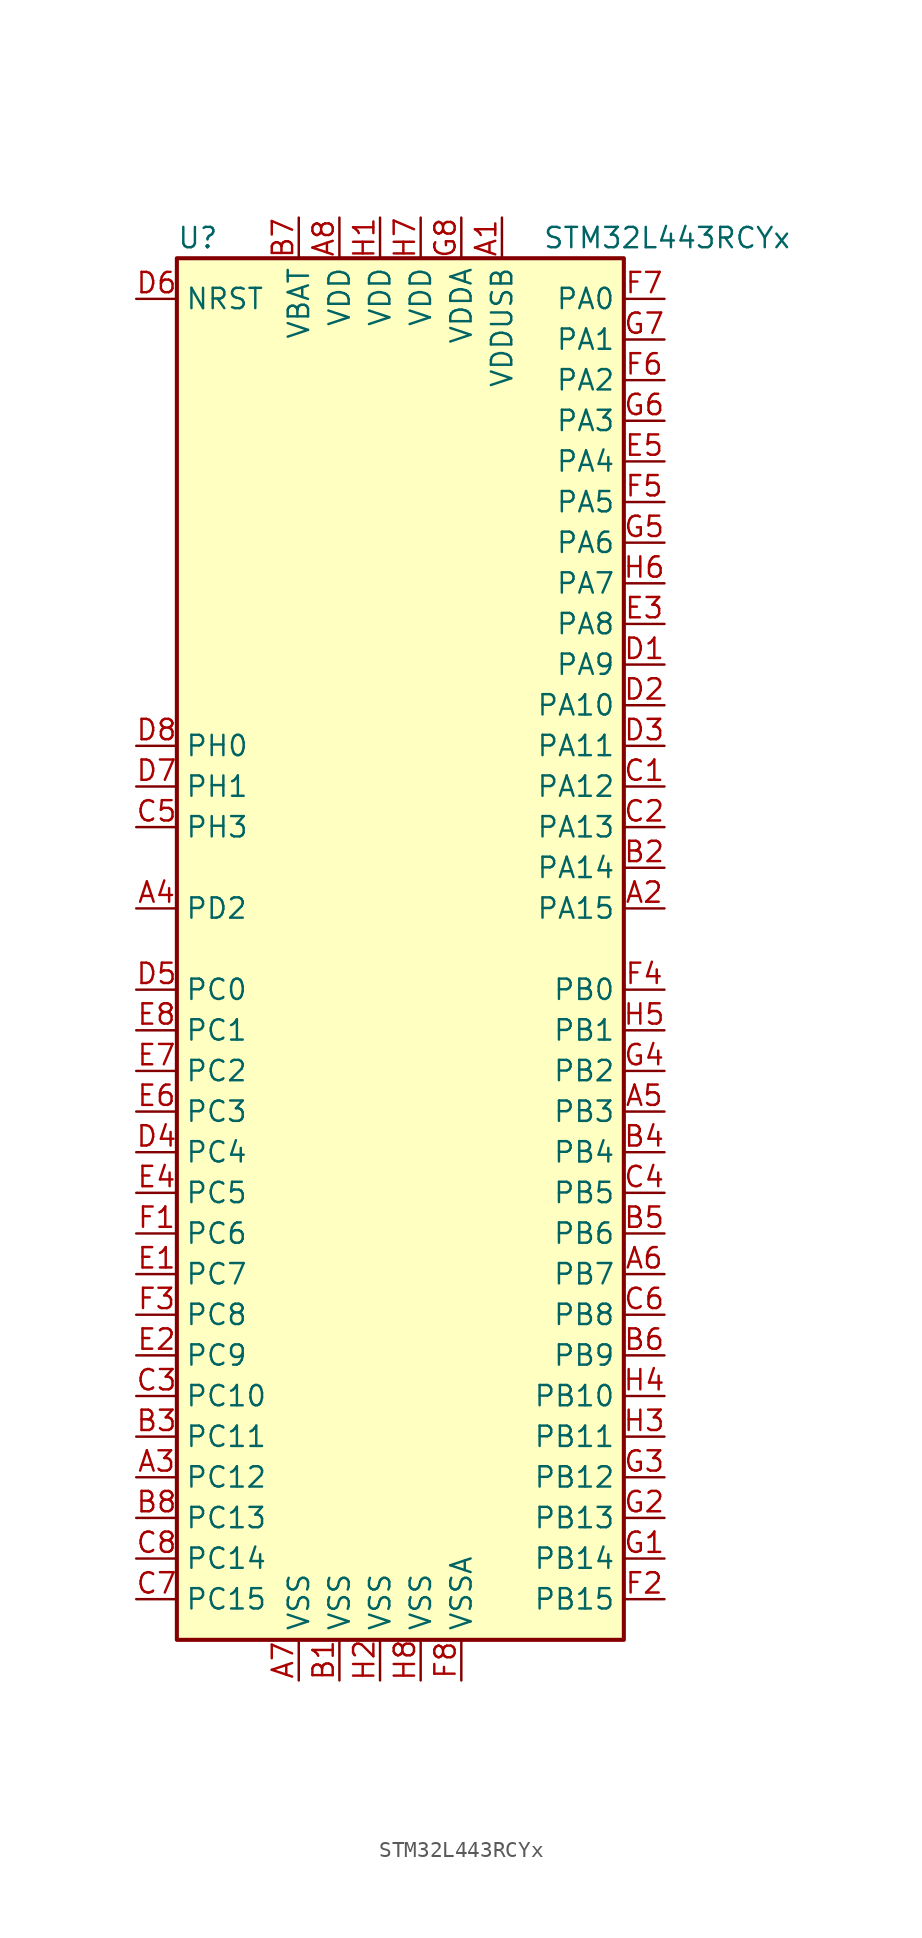
<source format=kicad_sym>
(kicad_symbol_lib
  (version 20201005)
  (generator kicad_symbol_editor)
  (symbol "MCU_ST_STM32L4:STM32L443RCYx"
    (property "Reference" "U"
      (at -15.24 44.45 0)
      (effects (font (size 1.27 1.27)) (justify left)))
    (property "Value" "STM32L443RCYx"
      (at 7.62 44.45 0)
      (effects (font (size 1.27 1.27)) (justify left)))
    (symbol "STM32L443RCYx_0_1"
      (rectangle (start -15.24 -43.18) (end 12.7 43.18) (stroke (width 0.254)) (fill (type background))))
    (symbol "STM32L443RCYx_1_1"
      (pin power_in line (at 5.08 45.72 270) (length 2.54) (name "VDDUSB" (effects (font (size 1.27 1.27)))) (number "A1" (effects (font (size 1.27 1.27)))))
      (pin bidirectional line (at 15.24 2.54 180) (length 2.54) (name "PA15" (effects (font (size 1.27 1.27)))) (number "A2" (effects (font (size 1.27 1.27)))))
      (pin bidirectional line (at -17.78 -33.02 0) (length 2.54) (name "PC12" (effects (font (size 1.27 1.27)))) (number "A3" (effects (font (size 1.27 1.27)))))
      (pin bidirectional line (at -17.78 2.54 0) (length 2.54) (name "PD2" (effects (font (size 1.27 1.27)))) (number "A4" (effects (font (size 1.27 1.27)))))
      (pin bidirectional line (at 15.24 -10.16 180) (length 2.54) (name "PB3" (effects (font (size 1.27 1.27)))) (number "A5" (effects (font (size 1.27 1.27)))))
      (pin bidirectional line (at 15.24 -20.32 180) (length 2.54) (name "PB7" (effects (font (size 1.27 1.27)))) (number "A6" (effects (font (size 1.27 1.27)))))
      (pin power_in line (at -7.62 -45.72 90) (length 2.54) (name "VSS" (effects (font (size 1.27 1.27)))) (number "A7" (effects (font (size 1.27 1.27)))))
      (pin power_in line (at -5.08 45.72 270) (length 2.54) (name "VDD" (effects (font (size 1.27 1.27)))) (number "A8" (effects (font (size 1.27 1.27)))))
      (pin power_in line (at -5.08 -45.72 90) (length 2.54) (name "VSS" (effects (font (size 1.27 1.27)))) (number "B1" (effects (font (size 1.27 1.27)))))
      (pin bidirectional line (at 15.24 5.08 180) (length 2.54) (name "PA14" (effects (font (size 1.27 1.27)))) (number "B2" (effects (font (size 1.27 1.27)))))
      (pin bidirectional line (at -17.78 -30.48 0) (length 2.54) (name "PC11" (effects (font (size 1.27 1.27)))) (number "B3" (effects (font (size 1.27 1.27)))))
      (pin bidirectional line (at 15.24 -12.7 180) (length 2.54) (name "PB4" (effects (font (size 1.27 1.27)))) (number "B4" (effects (font (size 1.27 1.27)))))
      (pin bidirectional line (at 15.24 -17.78 180) (length 2.54) (name "PB6" (effects (font (size 1.27 1.27)))) (number "B5" (effects (font (size 1.27 1.27)))))
      (pin bidirectional line (at 15.24 -25.4 180) (length 2.54) (name "PB9" (effects (font (size 1.27 1.27)))) (number "B6" (effects (font (size 1.27 1.27)))))
      (pin power_in line (at -7.62 45.72 270) (length 2.54) (name "VBAT" (effects (font (size 1.27 1.27)))) (number "B7" (effects (font (size 1.27 1.27)))))
      (pin bidirectional line (at -17.78 -35.56 0) (length 2.54) (name "PC13" (effects (font (size 1.27 1.27)))) (number "B8" (effects (font (size 1.27 1.27)))))
      (pin bidirectional line (at 15.24 10.16 180) (length 2.54) (name "PA12" (effects (font (size 1.27 1.27)))) (number "C1" (effects (font (size 1.27 1.27)))))
      (pin bidirectional line (at 15.24 7.62 180) (length 2.54) (name "PA13" (effects (font (size 1.27 1.27)))) (number "C2" (effects (font (size 1.27 1.27)))))
      (pin bidirectional line (at -17.78 -27.94 0) (length 2.54) (name "PC10" (effects (font (size 1.27 1.27)))) (number "C3" (effects (font (size 1.27 1.27)))))
      (pin bidirectional line (at 15.24 -15.24 180) (length 2.54) (name "PB5" (effects (font (size 1.27 1.27)))) (number "C4" (effects (font (size 1.27 1.27)))))
      (pin bidirectional line (at -17.78 7.62 0) (length 2.54) (name "PH3" (effects (font (size 1.27 1.27)))) (number "C5" (effects (font (size 1.27 1.27)))))
      (pin bidirectional line (at 15.24 -22.86 180) (length 2.54) (name "PB8" (effects (font (size 1.27 1.27)))) (number "C6" (effects (font (size 1.27 1.27)))))
      (pin bidirectional line (at -17.78 -40.64 0) (length 2.54) (name "PC15" (effects (font (size 1.27 1.27)))) (number "C7" (effects (font (size 1.27 1.27)))))
      (pin bidirectional line (at -17.78 -38.1 0) (length 2.54) (name "PC14" (effects (font (size 1.27 1.27)))) (number "C8" (effects (font (size 1.27 1.27)))))
      (pin bidirectional line (at 15.24 17.78 180) (length 2.54) (name "PA9" (effects (font (size 1.27 1.27)))) (number "D1" (effects (font (size 1.27 1.27)))))
      (pin bidirectional line (at 15.24 15.24 180) (length 2.54) (name "PA10" (effects (font (size 1.27 1.27)))) (number "D2" (effects (font (size 1.27 1.27)))))
      (pin bidirectional line (at 15.24 12.7 180) (length 2.54) (name "PA11" (effects (font (size 1.27 1.27)))) (number "D3" (effects (font (size 1.27 1.27)))))
      (pin bidirectional line (at -17.78 -12.7 0) (length 2.54) (name "PC4" (effects (font (size 1.27 1.27)))) (number "D4" (effects (font (size 1.27 1.27)))))
      (pin bidirectional line (at -17.78 -2.54 0) (length 2.54) (name "PC0" (effects (font (size 1.27 1.27)))) (number "D5" (effects (font (size 1.27 1.27)))))
      (pin input line (at -17.78 40.64 0) (length 2.54) (name "NRST" (effects (font (size 1.27 1.27)))) (number "D6" (effects (font (size 1.27 1.27)))))
      (pin input line (at -17.78 10.16 0) (length 2.54) (name "PH1" (effects (font (size 1.27 1.27)))) (number "D7" (effects (font (size 1.27 1.27)))))
      (pin input line (at -17.78 12.7 0) (length 2.54) (name "PH0" (effects (font (size 1.27 1.27)))) (number "D8" (effects (font (size 1.27 1.27)))))
      (pin bidirectional line (at -17.78 -20.32 0) (length 2.54) (name "PC7" (effects (font (size 1.27 1.27)))) (number "E1" (effects (font (size 1.27 1.27)))))
      (pin bidirectional line (at -17.78 -25.4 0) (length 2.54) (name "PC9" (effects (font (size 1.27 1.27)))) (number "E2" (effects (font (size 1.27 1.27)))))
      (pin bidirectional line (at 15.24 20.32 180) (length 2.54) (name "PA8" (effects (font (size 1.27 1.27)))) (number "E3" (effects (font (size 1.27 1.27)))))
      (pin bidirectional line (at -17.78 -15.24 0) (length 2.54) (name "PC5" (effects (font (size 1.27 1.27)))) (number "E4" (effects (font (size 1.27 1.27)))))
      (pin bidirectional line (at 15.24 30.48 180) (length 2.54) (name "PA4" (effects (font (size 1.27 1.27)))) (number "E5" (effects (font (size 1.27 1.27)))))
      (pin bidirectional line (at -17.78 -10.16 0) (length 2.54) (name "PC3" (effects (font (size 1.27 1.27)))) (number "E6" (effects (font (size 1.27 1.27)))))
      (pin bidirectional line (at -17.78 -7.62 0) (length 2.54) (name "PC2" (effects (font (size 1.27 1.27)))) (number "E7" (effects (font (size 1.27 1.27)))))
      (pin bidirectional line (at -17.78 -5.08 0) (length 2.54) (name "PC1" (effects (font (size 1.27 1.27)))) (number "E8" (effects (font (size 1.27 1.27)))))
      (pin bidirectional line (at -17.78 -17.78 0) (length 2.54) (name "PC6" (effects (font (size 1.27 1.27)))) (number "F1" (effects (font (size 1.27 1.27)))))
      (pin bidirectional line (at 15.24 -40.64 180) (length 2.54) (name "PB15" (effects (font (size 1.27 1.27)))) (number "F2" (effects (font (size 1.27 1.27)))))
      (pin bidirectional line (at -17.78 -22.86 0) (length 2.54) (name "PC8" (effects (font (size 1.27 1.27)))) (number "F3" (effects (font (size 1.27 1.27)))))
      (pin bidirectional line (at 15.24 -2.54 180) (length 2.54) (name "PB0" (effects (font (size 1.27 1.27)))) (number "F4" (effects (font (size 1.27 1.27)))))
      (pin bidirectional line (at 15.24 27.94 180) (length 2.54) (name "PA5" (effects (font (size 1.27 1.27)))) (number "F5" (effects (font (size 1.27 1.27)))))
      (pin bidirectional line (at 15.24 35.56 180) (length 2.54) (name "PA2" (effects (font (size 1.27 1.27)))) (number "F6" (effects (font (size 1.27 1.27)))))
      (pin bidirectional line (at 15.24 40.64 180) (length 2.54) (name "PA0" (effects (font (size 1.27 1.27)))) (number "F7" (effects (font (size 1.27 1.27)))))
      (pin power_in line (at 2.54 -45.72 90) (length 2.54) (name "VSSA" (effects (font (size 1.27 1.27)))) (number "F8" (effects (font (size 1.27 1.27)))))
      (pin bidirectional line (at 15.24 -38.1 180) (length 2.54) (name "PB14" (effects (font (size 1.27 1.27)))) (number "G1" (effects (font (size 1.27 1.27)))))
      (pin bidirectional line (at 15.24 -35.56 180) (length 2.54) (name "PB13" (effects (font (size 1.27 1.27)))) (number "G2" (effects (font (size 1.27 1.27)))))
      (pin bidirectional line (at 15.24 -33.02 180) (length 2.54) (name "PB12" (effects (font (size 1.27 1.27)))) (number "G3" (effects (font (size 1.27 1.27)))))
      (pin bidirectional line (at 15.24 -7.62 180) (length 2.54) (name "PB2" (effects (font (size 1.27 1.27)))) (number "G4" (effects (font (size 1.27 1.27)))))
      (pin bidirectional line (at 15.24 25.4 180) (length 2.54) (name "PA6" (effects (font (size 1.27 1.27)))) (number "G5" (effects (font (size 1.27 1.27)))))
      (pin bidirectional line (at 15.24 33.02 180) (length 2.54) (name "PA3" (effects (font (size 1.27 1.27)))) (number "G6" (effects (font (size 1.27 1.27)))))
      (pin bidirectional line (at 15.24 38.1 180) (length 2.54) (name "PA1" (effects (font (size 1.27 1.27)))) (number "G7" (effects (font (size 1.27 1.27)))))
      (pin power_in line (at 2.54 45.72 270) (length 2.54) (name "VDDA" (effects (font (size 1.27 1.27)))) (number "G8" (effects (font (size 1.27 1.27)))))
      (pin power_in line (at -2.54 45.72 270) (length 2.54) (name "VDD" (effects (font (size 1.27 1.27)))) (number "H1" (effects (font (size 1.27 1.27)))))
      (pin power_in line (at -2.54 -45.72 90) (length 2.54) (name "VSS" (effects (font (size 1.27 1.27)))) (number "H2" (effects (font (size 1.27 1.27)))))
      (pin bidirectional line (at 15.24 -30.48 180) (length 2.54) (name "PB11" (effects (font (size 1.27 1.27)))) (number "H3" (effects (font (size 1.27 1.27)))))
      (pin bidirectional line (at 15.24 -27.94 180) (length 2.54) (name "PB10" (effects (font (size 1.27 1.27)))) (number "H4" (effects (font (size 1.27 1.27)))))
      (pin bidirectional line (at 15.24 -5.08 180) (length 2.54) (name "PB1" (effects (font (size 1.27 1.27)))) (number "H5" (effects (font (size 1.27 1.27)))))
      (pin bidirectional line (at 15.24 22.86 180) (length 2.54) (name "PA7" (effects (font (size 1.27 1.27)))) (number "H6" (effects (font (size 1.27 1.27)))))
      (pin power_in line (at 0 45.72 270) (length 2.54) (name "VDD" (effects (font (size 1.27 1.27)))) (number "H7" (effects (font (size 1.27 1.27)))))
      (pin power_in line (at 0 -45.72 90) (length 2.54) (name "VSS" (effects (font (size 1.27 1.27)))) (number "H8" (effects (font (size 1.27 1.27))))))))
</source>
